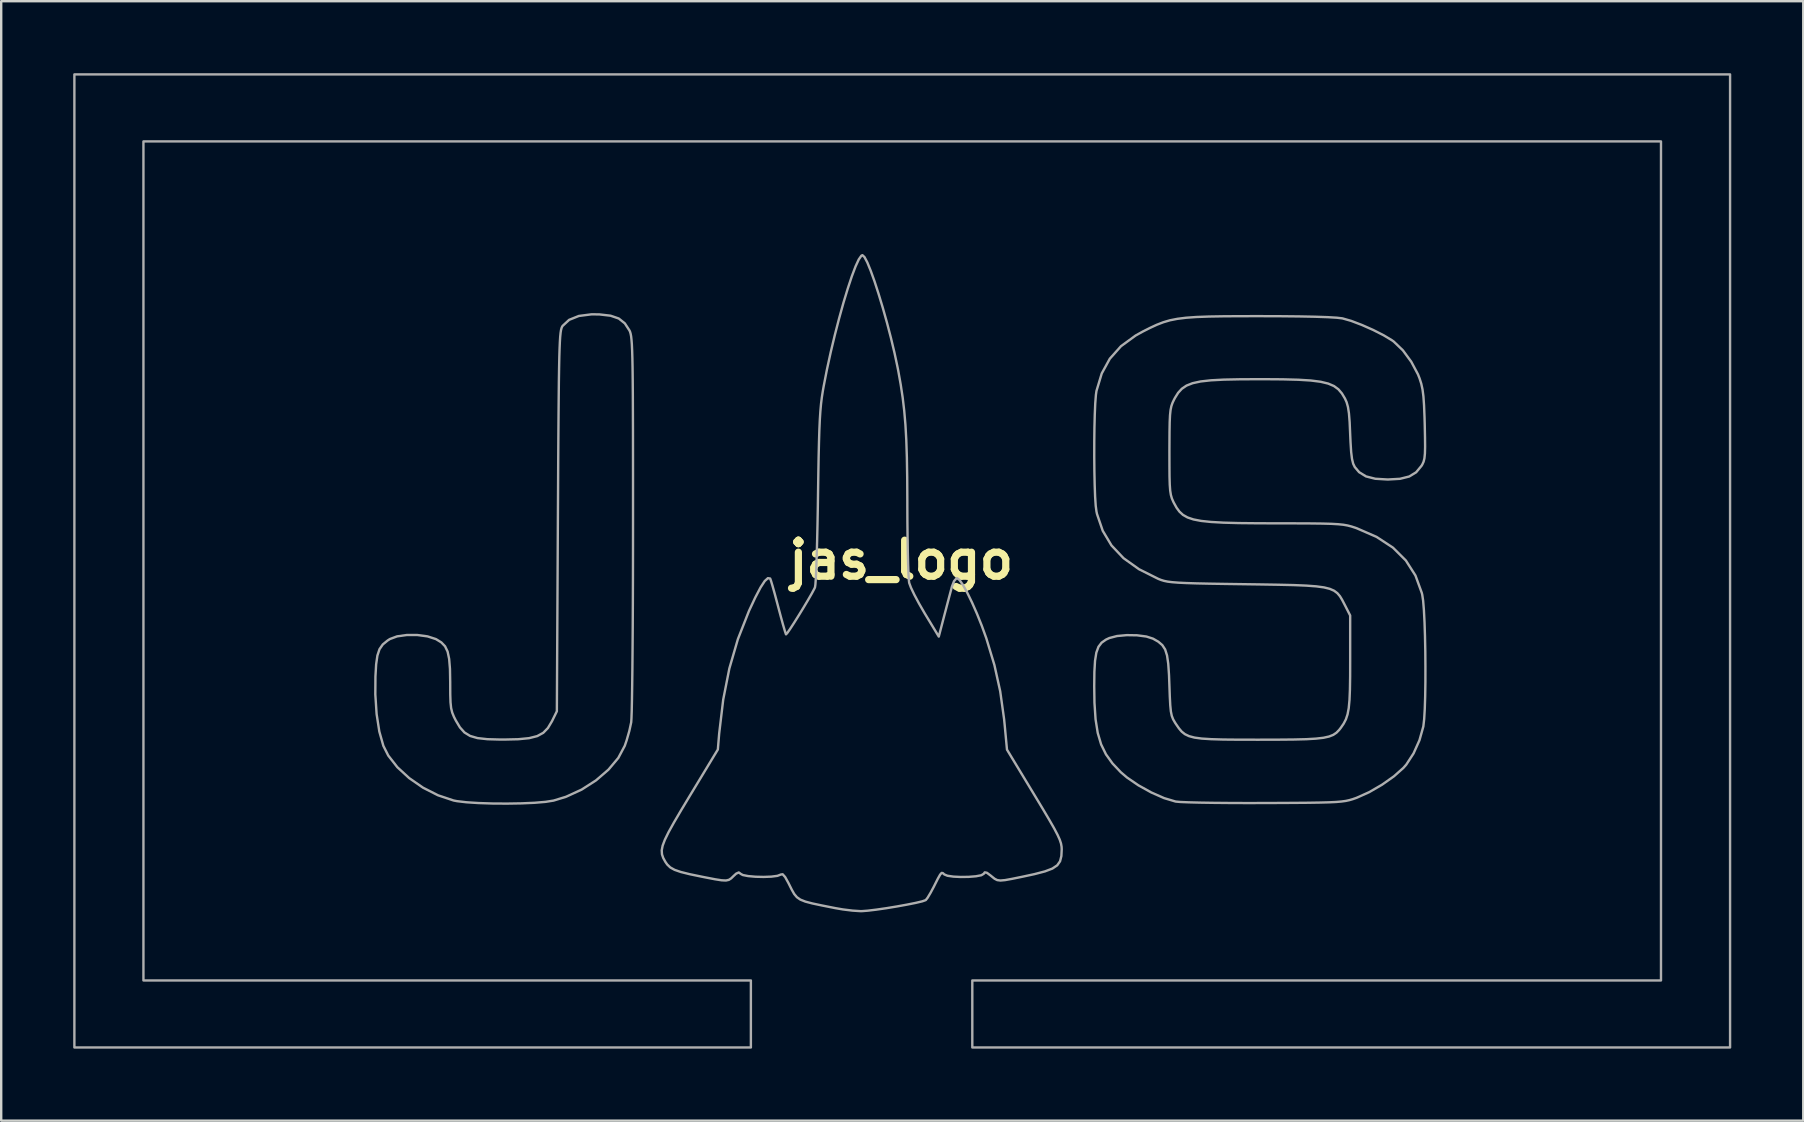
<source format=kicad_pcb>
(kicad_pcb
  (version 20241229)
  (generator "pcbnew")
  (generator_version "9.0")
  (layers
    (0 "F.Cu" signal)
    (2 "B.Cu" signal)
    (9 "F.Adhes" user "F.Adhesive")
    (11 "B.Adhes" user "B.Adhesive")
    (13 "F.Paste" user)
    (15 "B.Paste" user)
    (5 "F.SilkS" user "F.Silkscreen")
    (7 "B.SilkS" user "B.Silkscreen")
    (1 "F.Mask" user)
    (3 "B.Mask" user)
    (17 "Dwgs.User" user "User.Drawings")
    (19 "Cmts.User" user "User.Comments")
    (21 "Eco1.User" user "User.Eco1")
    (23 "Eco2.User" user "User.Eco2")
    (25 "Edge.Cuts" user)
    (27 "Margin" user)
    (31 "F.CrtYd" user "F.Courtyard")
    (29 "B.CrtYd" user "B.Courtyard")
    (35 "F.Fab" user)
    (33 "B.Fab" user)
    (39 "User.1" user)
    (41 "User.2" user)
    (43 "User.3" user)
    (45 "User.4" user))
  (footprint "jas_logo"
    (layer "F.Cu")
    (at 34.509 20.285)
    (property "Reference" "jas_logo" (at 0 0 0) (layer "F.SilkS") (effects (font (size 1.5 1.5) (thickness 0.3))))
    (attr board_only exclude_from_pos_files exclude_from_bom)
    (fp_poly (pts (xy 34.544 0.042) (xy 34.544 20.32) (xy 18.754 20.32) (xy 2.963 20.32) (xy 2.963 18.923) (xy 2.963 17.526) (xy 17.314 17.526) (xy 31.665 17.526) (xy 31.665 0.042) (xy 31.665 -17.441) (xy 0.042 -17.441) (xy -31.581 -17.441) (xy -31.581 0.042) (xy -31.581 17.526) (xy -18.923 17.526) (xy -6.265 17.526) (xy -6.265 18.923) (xy -6.265 20.32) (xy -20.362 20.32) (xy -34.459 20.32) (xy -34.459 0.042) (xy -34.459 -20.235) (xy 0.042 -20.235) (xy 34.544 -20.235)) (stroke (width 0.1) (type solid)) (fill no) (layer "F.Fab"))
    (fp_poly (pts (xy -12.582 -10.232) (xy -12.113 -10.178) (xy -11.771 -10.061) (xy -11.519 -9.859) (xy -11.324 -9.561) (xy -11.299 -9.503) (xy -11.277 -9.427) (xy -11.257 -9.323) (xy -11.241 -9.18) (xy -11.226 -8.987) (xy -11.214 -8.734) (xy -11.204 -8.411) (xy -11.196 -8.007) (xy -11.19 -7.511) (xy -11.185 -6.914) (xy -11.182 -6.203) (xy -11.179 -5.37) (xy -11.178 -4.403) (xy -11.177 -3.292) (xy -11.177 -2.026) (xy -11.177 -1.482) (xy -11.178 -0.337) (xy -11.18 0.768) (xy -11.184 1.818) (xy -11.189 2.803) (xy -11.196 3.709) (xy -11.203 4.522) (xy -11.212 5.232) (xy -11.221 5.824) (xy -11.231 6.286) (xy -11.242 6.605) (xy -11.253 6.768) (xy -11.254 6.773) (xy -11.33 7.123) (xy -11.443 7.518) (xy -11.521 7.747) (xy -11.79 8.252) (xy -12.199 8.739) (xy -12.718 9.187) (xy -13.318 9.572) (xy -13.968 9.871) (xy -14.487 10.03) (xy -14.819 10.083) (xy -15.28 10.122) (xy -15.829 10.146) (xy -16.427 10.156) (xy -17.034 10.152) (xy -17.611 10.133) (xy -18.117 10.101) (xy -18.514 10.054) (xy -18.657 10.026) (xy -19.306 9.809) (xy -19.933 9.49) (xy -20.507 9.092) (xy -20.999 8.639) (xy -21.377 8.155) (xy -21.581 7.751) (xy -21.75 7.153) (xy -21.863 6.427) (xy -21.917 5.608) (xy -21.912 4.857) (xy -21.883 4.355) (xy -21.831 3.988) (xy -21.743 3.722) (xy -21.606 3.524) (xy -21.406 3.36) (xy -21.31 3.298) (xy -21.009 3.186) (xy -20.608 3.13) (xy -20.165 3.13) (xy -19.741 3.187) (xy -19.394 3.299) (xy -19.379 3.307) (xy -19.166 3.438) (xy -19.011 3.6) (xy -18.905 3.82) (xy -18.84 4.126) (xy -18.806 4.543) (xy -18.796 5.1) (xy -18.796 5.152) (xy -18.794 5.61) (xy -18.783 5.938) (xy -18.758 6.175) (xy -18.712 6.363) (xy -18.64 6.54) (xy -18.563 6.692) (xy -18.391 6.98) (xy -18.202 7.191) (xy -17.967 7.336) (xy -17.657 7.426) (xy -17.243 7.472) (xy -16.696 7.487) (xy -16.552 7.487) (xy -15.96 7.473) (xy -15.509 7.429) (xy -15.17 7.343) (xy -14.918 7.206) (xy -14.724 7.006) (xy -14.561 6.733) (xy -14.55 6.713) (xy -14.351 6.308) (xy -14.309 -1.609) (xy -14.301 -2.947) (xy -14.295 -4.127) (xy -14.288 -5.158) (xy -14.281 -6.051) (xy -14.274 -6.816) (xy -14.267 -7.463) (xy -14.258 -8.004) (xy -14.249 -8.447) (xy -14.238 -8.805) (xy -14.226 -9.086) (xy -14.212 -9.302) (xy -14.196 -9.463) (xy -14.178 -9.579) (xy -14.157 -9.66) (xy -14.133 -9.717) (xy -14.111 -9.753) (xy -13.84 -10.005) (xy -13.435 -10.167) (xy -12.908 -10.235)) (stroke (width 0.1) (type solid)) (fill no) (layer "F.Fab"))
    (fp_poly (pts (xy -1.53 -12.621) (xy -1.413 -12.399) (xy -1.272 -12.054) (xy -1.112 -11.609) (xy -0.942 -11.084) (xy -0.766 -10.502) (xy -0.593 -9.884) (xy -0.428 -9.251) (xy -0.279 -8.625) (xy -0.152 -8.027) (xy -0.124 -7.885) (xy -0.022 -7.314) (xy 0.061 -6.766) (xy 0.126 -6.214) (xy 0.176 -5.631) (xy 0.212 -4.991) (xy 0.236 -4.266) (xy 0.25 -3.43) (xy 0.255 -2.455) (xy 0.255 -2.286) (xy 0.258 -1.584) (xy 0.265 -0.924) (xy 0.275 -0.328) (xy 0.288 0.183) (xy 0.303 0.585) (xy 0.32 0.856) (xy 0.333 0.959) (xy 0.406 1.155) (xy 0.549 1.455) (xy 0.743 1.818) (xy 0.967 2.206) (xy 0.987 2.24) (xy 1.566 3.195) (xy 1.79 2.338) (xy 1.896 1.935) (xy 1.997 1.551) (xy 2.079 1.243) (xy 2.111 1.122) (xy 2.201 0.887) (xy 2.303 0.769) (xy 2.331 0.762) (xy 2.432 0.838) (xy 2.577 1.049) (xy 2.754 1.37) (xy 2.952 1.776) (xy 3.158 2.244) (xy 3.36 2.748) (xy 3.546 3.264) (xy 3.546 3.264) (xy 3.884 4.38) (xy 4.126 5.477) (xy 4.288 6.636) (xy 4.314 6.896) (xy 4.408 7.907) (xy 5.548 9.791) (xy 5.899 10.373) (xy 6.17 10.831) (xy 6.372 11.184) (xy 6.514 11.454) (xy 6.607 11.659) (xy 6.66 11.82) (xy 6.684 11.957) (xy 6.689 12.064) (xy 6.675 12.343) (xy 6.62 12.56) (xy 6.502 12.728) (xy 6.3 12.864) (xy 5.991 12.981) (xy 5.556 13.095) (xy 5.045 13.205) (xy 4.623 13.291) (xy 4.331 13.344) (xy 4.135 13.362) (xy 4.001 13.344) (xy 3.893 13.289) (xy 3.777 13.196) (xy 3.741 13.166) (xy 3.571 13.038) (xy 3.481 13.022) (xy 3.441 13.081) (xy 3.338 13.142) (xy 3.113 13.185) (xy 2.812 13.209) (xy 2.484 13.214) (xy 2.174 13.199) (xy 1.928 13.163) (xy 1.796 13.108) (xy 1.735 13.052) (xy 1.685 13.046) (xy 1.623 13.115) (xy 1.528 13.284) (xy 1.38 13.577) (xy 1.367 13.604) (xy 1.223 13.874) (xy 1.1 14.08) (xy 1.022 14.178) (xy 1.022 14.178) (xy 0.878 14.229) (xy 0.604 14.294) (xy 0.238 14.367) (xy -0.182 14.443) (xy -0.618 14.515) (xy -1.033 14.575) (xy -1.388 14.618) (xy -1.645 14.638) (xy -1.693 14.638) (xy -2.031 14.616) (xy -2.435 14.566) (xy -2.752 14.511) (xy -3.297 14.403) (xy -3.703 14.317) (xy -3.996 14.24) (xy -4.202 14.158) (xy -4.348 14.056) (xy -4.46 13.922) (xy -4.563 13.74) (xy -4.684 13.497) (xy -4.696 13.473) (xy -4.838 13.215) (xy -4.941 13.101) (xy -5.018 13.112) (xy -5.019 13.113) (xy -5.158 13.167) (xy -5.413 13.2) (xy -5.735 13.212) (xy -6.073 13.204) (xy -6.378 13.177) (xy -6.601 13.133) (xy -6.682 13.089) (xy -6.769 13.026) (xy -6.877 13.074) (xy -6.985 13.173) (xy -7.087 13.272) (xy -7.183 13.334) (xy -7.303 13.361) (xy -7.481 13.353) (xy -7.75 13.311) (xy -8.141 13.236) (xy -8.307 13.203) (xy -8.815 13.098) (xy -9.185 13.006) (xy -9.446 12.916) (xy -9.625 12.816) (xy -9.752 12.694) (xy -9.831 12.58) (xy -9.918 12.422) (xy -9.97 12.271) (xy -9.981 12.106) (xy -9.943 11.91) (xy -9.85 11.663) (xy -9.695 11.346) (xy -9.47 10.941) (xy -9.169 10.428) (xy -8.817 9.843) (xy -7.642 7.902) (xy -7.586 7.232) (xy -7.418 5.821) (xy -7.162 4.523) (xy -6.807 3.303) (xy -6.343 2.124) (xy -6.081 1.565) (xy -5.861 1.146) (xy -5.687 0.88) (xy -5.555 0.76) (xy -5.461 0.776) (xy -5.428 0.867) (xy -5.361 1.09) (xy -5.27 1.416) (xy -5.164 1.814) (xy -5.131 1.939) (xy -5.021 2.351) (xy -4.925 2.701) (xy -4.85 2.958) (xy -4.806 3.091) (xy -4.801 3.102) (xy -4.748 3.046) (xy -4.63 2.877) (xy -4.465 2.623) (xy -4.273 2.317) (xy -4.073 1.99) (xy -3.884 1.673) (xy -3.726 1.399) (xy -3.618 1.197) (xy -3.593 1.143) (xy -3.576 1.024) (xy -3.558 0.755) (xy -3.54 0.353) (xy -3.522 -0.163) (xy -3.505 -0.774) (xy -3.489 -1.462) (xy -3.475 -2.208) (xy -3.469 -2.625) (xy -3.455 -3.527) (xy -3.442 -4.28) (xy -3.427 -4.903) (xy -3.411 -5.417) (xy -3.392 -5.84) (xy -3.369 -6.194) (xy -3.342 -6.498) (xy -3.308 -6.772) (xy -3.267 -7.035) (xy -3.231 -7.239) (xy -3.094 -7.942) (xy -2.937 -8.661) (xy -2.766 -9.376) (xy -2.587 -10.069) (xy -2.406 -10.72) (xy -2.227 -11.31) (xy -2.058 -11.82) (xy -1.903 -12.231) (xy -1.768 -12.524) (xy -1.659 -12.679) (xy -1.616 -12.7)) (stroke (width 0.1) (type solid)) (fill no) (layer "F.Fab"))
    (fp_poly (pts (xy 15.806 -10.156) (xy 16.586 -10.148) (xy 17.246 -10.135) (xy 17.775 -10.117) (xy 18.158 -10.094) (xy 18.385 -10.067) (xy 18.39 -10.066) (xy 18.753 -9.962) (xy 19.197 -9.793) (xy 19.667 -9.585) (xy 20.104 -9.363) (xy 20.451 -9.154) (xy 20.528 -9.099) (xy 20.908 -8.734) (xy 21.257 -8.259) (xy 21.536 -7.735) (xy 21.604 -7.563) (xy 21.674 -7.343) (xy 21.726 -7.105) (xy 21.764 -6.815) (xy 21.79 -6.441) (xy 21.81 -5.948) (xy 21.819 -5.63) (xy 21.83 -5.099) (xy 21.834 -4.708) (xy 21.826 -4.429) (xy 21.806 -4.233) (xy 21.771 -4.093) (xy 21.719 -3.979) (xy 21.683 -3.92) (xy 21.461 -3.652) (xy 21.172 -3.476) (xy 20.787 -3.38) (xy 20.278 -3.351) (xy 19.759 -3.382) (xy 19.371 -3.48) (xy 19.084 -3.657) (xy 18.903 -3.871) (xy 18.837 -4.008) (xy 18.788 -4.207) (xy 18.752 -4.497) (xy 18.726 -4.909) (xy 18.711 -5.245) (xy 18.689 -5.744) (xy 18.66 -6.108) (xy 18.619 -6.373) (xy 18.562 -6.574) (xy 18.494 -6.726) (xy 18.367 -6.938) (xy 18.221 -7.11) (xy 18.036 -7.246) (xy 17.795 -7.349) (xy 17.479 -7.425) (xy 17.07 -7.477) (xy 16.55 -7.509) (xy 15.9 -7.526) (xy 15.103 -7.532) (xy 14.944 -7.532) (xy 14.119 -7.528) (xy 13.445 -7.514) (xy 12.903 -7.485) (xy 12.476 -7.437) (xy 12.144 -7.365) (xy 11.89 -7.265) (xy 11.696 -7.133) (xy 11.542 -6.965) (xy 11.411 -6.755) (xy 11.372 -6.682) (xy 11.308 -6.548) (xy 11.26 -6.412) (xy 11.226 -6.25) (xy 11.203 -6.034) (xy 11.189 -5.738) (xy 11.182 -5.337) (xy 11.179 -4.804) (xy 11.178 -4.526) (xy 11.179 -3.929) (xy 11.182 -3.474) (xy 11.192 -3.136) (xy 11.21 -2.889) (xy 11.239 -2.707) (xy 11.28 -2.564) (xy 11.336 -2.433) (xy 11.367 -2.372) (xy 11.476 -2.175) (xy 11.597 -2.011) (xy 11.743 -1.877) (xy 11.932 -1.77) (xy 12.179 -1.687) (xy 12.5 -1.625) (xy 12.911 -1.582) (xy 13.428 -1.553) (xy 14.067 -1.535) (xy 14.844 -1.527) (xy 15.748 -1.524) (xy 16.493 -1.523) (xy 17.09 -1.52) (xy 17.561 -1.514) (xy 17.926 -1.504) (xy 18.207 -1.488) (xy 18.425 -1.466) (xy 18.602 -1.435) (xy 18.76 -1.394) (xy 18.918 -1.343) (xy 18.986 -1.319) (xy 19.811 -0.959) (xy 20.492 -0.513) (xy 21.031 0.023) (xy 21.432 0.65) (xy 21.695 1.373) (xy 21.714 1.447) (xy 21.752 1.701) (xy 21.784 2.094) (xy 21.81 2.596) (xy 21.829 3.177) (xy 21.842 3.807) (xy 21.847 4.455) (xy 21.846 5.093) (xy 21.837 5.689) (xy 21.82 6.213) (xy 21.795 6.636) (xy 21.762 6.927) (xy 21.759 6.946) (xy 21.599 7.515) (xy 21.353 8.064) (xy 21.05 8.53) (xy 20.929 8.668) (xy 20.536 9.018) (xy 20.04 9.368) (xy 19.504 9.679) (xy 18.987 9.911) (xy 18.96 9.921) (xy 18.818 9.971) (xy 18.68 10.011) (xy 18.531 10.044) (xy 18.349 10.069) (xy 18.119 10.089) (xy 17.821 10.103) (xy 17.436 10.113) (xy 16.947 10.121) (xy 16.336 10.126) (xy 15.583 10.13) (xy 15.113 10.132) (xy 14.365 10.133) (xy 13.657 10.13) (xy 13.01 10.124) (xy 12.444 10.115) (xy 11.981 10.103) (xy 11.642 10.089) (xy 11.448 10.072) (xy 11.431 10.069) (xy 10.956 9.927) (xy 10.423 9.692) (xy 9.889 9.396) (xy 9.412 9.07) (xy 9.154 8.85) (xy 8.805 8.482) (xy 8.534 8.104) (xy 8.332 7.69) (xy 8.19 7.211) (xy 8.1 6.642) (xy 8.054 5.955) (xy 8.044 5.266) (xy 8.051 4.663) (xy 8.078 4.204) (xy 8.132 3.865) (xy 8.221 3.621) (xy 8.353 3.448) (xy 8.535 3.321) (xy 8.677 3.255) (xy 8.995 3.172) (xy 9.4 3.135) (xy 9.829 3.142) (xy 10.218 3.193) (xy 10.493 3.281) (xy 10.717 3.409) (xy 10.882 3.551) (xy 11 3.733) (xy 11.079 3.983) (xy 11.129 4.329) (xy 11.161 4.799) (xy 11.176 5.198) (xy 11.194 5.696) (xy 11.213 6.056) (xy 11.238 6.313) (xy 11.276 6.497) (xy 11.332 6.642) (xy 11.411 6.78) (xy 11.457 6.85) (xy 11.574 7.019) (xy 11.69 7.156) (xy 11.825 7.263) (xy 11.996 7.345) (xy 12.223 7.405) (xy 12.525 7.446) (xy 12.919 7.471) (xy 13.425 7.486) (xy 14.063 7.492) (xy 14.849 7.493) (xy 14.901 7.493) (xy 15.706 7.491) (xy 16.36 7.485) (xy 16.882 7.472) (xy 17.289 7.448) (xy 17.6 7.412) (xy 17.833 7.36) (xy 18.007 7.291) (xy 18.14 7.201) (xy 18.251 7.087) (xy 18.32 6.999) (xy 18.44 6.824) (xy 18.533 6.644) (xy 18.602 6.436) (xy 18.651 6.176) (xy 18.683 5.839) (xy 18.701 5.403) (xy 18.71 4.841) (xy 18.711 4.236) (xy 18.711 2.316) (xy 18.479 1.861) (xy 18.38 1.671) (xy 18.285 1.513) (xy 18.177 1.386) (xy 18.041 1.284) (xy 17.86 1.205) (xy 17.617 1.145) (xy 17.297 1.102) (xy 16.882 1.071) (xy 16.357 1.049) (xy 15.705 1.034) (xy 14.91 1.021) (xy 14.351 1.013) (xy 13.523 1.001) (xy 12.847 0.99) (xy 12.303 0.978) (xy 11.875 0.964) (xy 11.544 0.948) (xy 11.292 0.928) (xy 11.1 0.904) (xy 10.952 0.873) (xy 10.828 0.835) (xy 10.712 0.789) (xy 10.71 0.788) (xy 9.911 0.388) (xy 9.265 -0.073) (xy 8.764 -0.603) (xy 8.399 -1.213) (xy 8.161 -1.91) (xy 8.138 -2.015) (xy 8.106 -2.259) (xy 8.081 -2.641) (xy 8.063 -3.129) (xy 8.051 -3.692) (xy 8.045 -4.299) (xy 8.046 -4.917) (xy 8.053 -5.515) (xy 8.067 -6.062) (xy 8.087 -6.526) (xy 8.114 -6.876) (xy 8.138 -7.044) (xy 8.357 -7.77) (xy 8.694 -8.385) (xy 9.16 -8.907) (xy 9.769 -9.351) (xy 10.064 -9.515) (xy 10.375 -9.672) (xy 10.654 -9.801) (xy 10.923 -9.905) (xy 11.202 -9.987) (xy 11.512 -10.048) (xy 11.872 -10.093) (xy 12.305 -10.124) (xy 12.829 -10.143) (xy 13.467 -10.154) (xy 14.237 -10.158) (xy 14.918 -10.159)) (stroke (width 0.1) (type solid)) (fill no) (layer "F.Fab")))
  (gr_rect
    (start -3 -3)
    (end 72.103 43.655)
    (stroke (width 0.1) (type default))
    (fill no)
    (layer "Edge.Cuts")))
</source>
